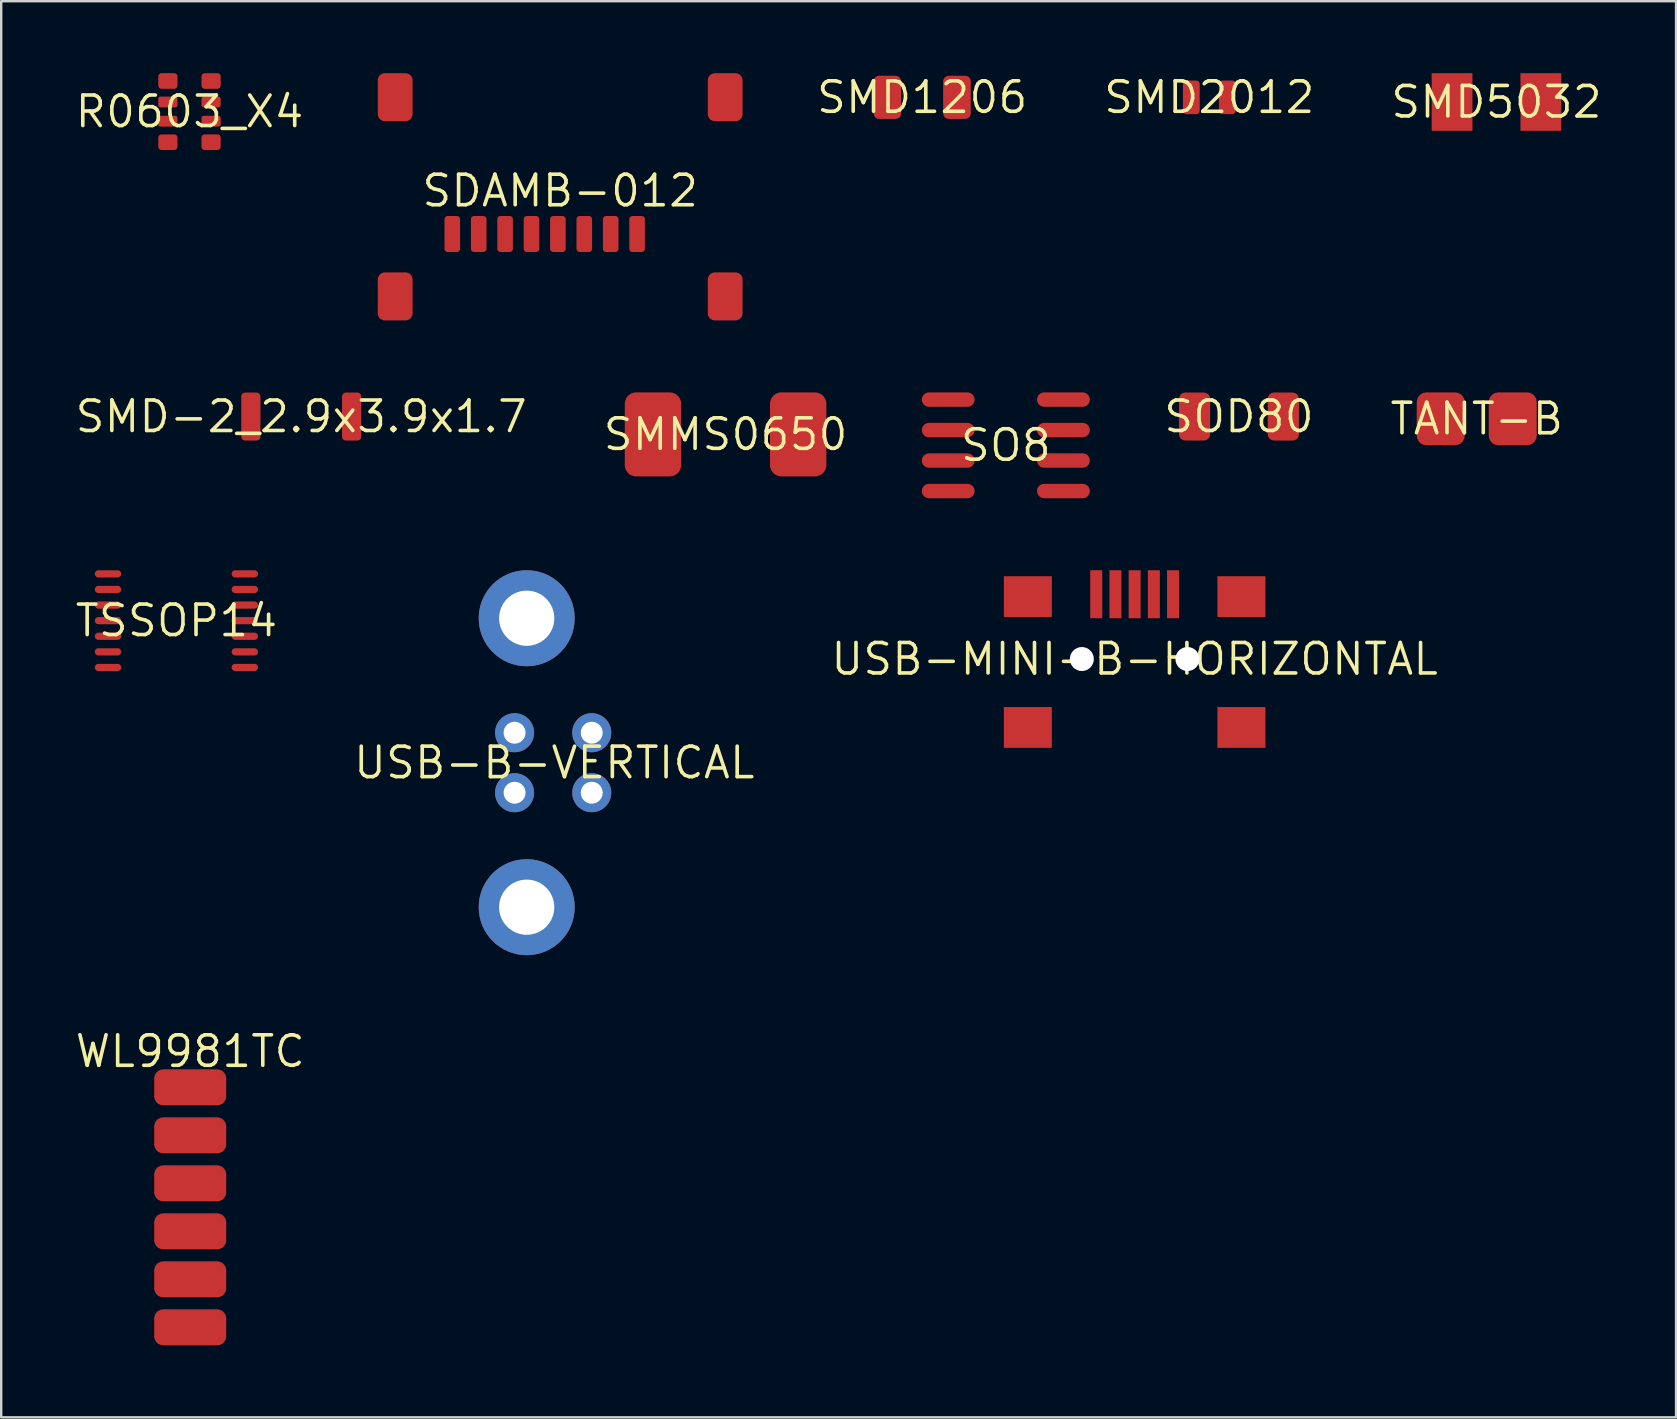
<source format=kicad_pcb>
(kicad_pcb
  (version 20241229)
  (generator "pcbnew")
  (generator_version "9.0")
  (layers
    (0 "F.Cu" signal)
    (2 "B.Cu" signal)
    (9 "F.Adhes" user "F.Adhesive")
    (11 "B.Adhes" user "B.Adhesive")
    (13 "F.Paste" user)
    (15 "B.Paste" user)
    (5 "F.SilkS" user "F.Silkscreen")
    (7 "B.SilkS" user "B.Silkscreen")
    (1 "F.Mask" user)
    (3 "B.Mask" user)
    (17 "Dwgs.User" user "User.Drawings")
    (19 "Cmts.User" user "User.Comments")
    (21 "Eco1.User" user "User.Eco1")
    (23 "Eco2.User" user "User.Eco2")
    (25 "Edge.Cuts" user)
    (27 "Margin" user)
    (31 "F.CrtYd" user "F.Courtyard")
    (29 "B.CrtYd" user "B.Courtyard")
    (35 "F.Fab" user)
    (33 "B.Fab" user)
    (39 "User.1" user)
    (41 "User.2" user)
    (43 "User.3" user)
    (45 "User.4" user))
  (footprint "SMD5032"
    (layer "F.Cu")
    (at 59.303 1.2)
    (property "Reference" "SMD5032" (at 0 0 0) (layer "F.SilkS") (effects (font (size 1.27 1.27) (thickness 0.15))))
    (attr through_hole)
    (pad "1" smd rect (at -1.85 -0.000025) (size 1.7 2.4) (layers "F.Cu" "F.Mask"))
    (pad "2" smd rect (at 1.85 -0.000025) (size 1.7 2.4) (layers "F.Cu" "F.Mask")))
  (footprint "SMD2012"
    (layer "F.Cu")
    (at 47.338 1.006)
    (property "Reference" "SMD2012" (at 0 0 0) (layer "F.SilkS") (effects (font (size 1.27 1.27) (thickness 0.15))))
    (attr through_hole)
    (pad "1" smd roundrect (at -0.75 0) (size 0.7 1.4) (layers "F.Cu" "F.Mask") (roundrect_rratio 0.2))
    (pad "2" smd roundrect (at 0.75 0) (size 0.7 1.4) (layers "F.Cu" "F.Mask") (roundrect_rratio 0.2)))
  (footprint "WL9981TC"
    (layer "F.Cu")
    (at 4.876 40.756)
    (property "Reference" "WL9981TC" (at 0 0 0) (layer "F.SilkS") (effects (font (size 1.27 1.27) (thickness 0.15))))
    (attr through_hole)
    (pad "1" smd roundrect (at 0 1.5) (size 3 1.5) (layers "F.Cu" "F.Mask" "F.Paste") (roundrect_rratio 0.25))
    (pad "2" smd roundrect (at 0 3.5) (size 3 1.5) (layers "F.Cu" "F.Mask" "F.Paste") (roundrect_rratio 0.25))
    (pad "3" smd roundrect (at 0 5.5) (size 3 1.5) (layers "F.Cu" "F.Mask" "F.Paste") (roundrect_rratio 0.25))
    (pad "4" smd roundrect (at 0 7.5) (size 3 1.5) (layers "F.Cu" "F.Mask" "F.Paste") (roundrect_rratio 0.25))
    (pad "5" smd roundrect (at 0 9.5) (size 3 1.5) (layers "F.Cu" "F.Mask" "F.Paste") (roundrect_rratio 0.25))
    (pad "6" smd roundrect (at 0 11.5) (size 3 1.5) (layers "F.Cu" "F.Mask" "F.Paste") (roundrect_rratio 0.25)))
  (footprint "SMD-2_2.9x3.9x1.7"
    (layer "F.Cu")
    (at 9.502 14.306)
    (property "Reference" "SMD-2_2.9x3.9x1.7" (at 0 0 0) (layer "F.SilkS") (effects (font (size 1.27 1.27) (thickness 0.15))))
    (attr through_hole)
    (pad "1" smd roundrect (at -2.1 0) (size 0.8 2) (layers "F.Cu" "F.Mask") (roundrect_rratio 0.2))
    (pad "2" smd roundrect (at 2.1 0) (size 0.8 2) (layers "F.Cu" "F.Mask") (roundrect_rratio 0.2)))
  (footprint "SMD1206"
    (layer "F.Cu")
    (at 35.373 1.006)
    (property "Reference" "SMD1206" (at 0 0 0) (layer "F.SilkS") (effects (font (size 1.27 1.27) (thickness 0.15))))
    (attr through_hole)
    (pad "1" smd roundrect (at -1.45 0 90) (size 1.8 1.15) (layers "F.Cu" "F.Mask") (roundrect_rratio 0.2))
    (pad "2" smd roundrect (at 1.45 0 90) (size 1.8 1.15) (layers "F.Cu" "F.Mask") (roundrect_rratio 0.2)))
  (footprint "USB-MINI-B-HORIZONTAL"
    (layer "F.Cu")
    (at 44.227 24.41)
    (property "Reference" "USB-MINI-B-HORIZONTAL" (at 0 0 0) (layer "F.SilkS") (effects (font (size 1.27 1.27) (thickness 0.15))))
    (attr through_hole)
    (pad "" np_thru_hole circle (at -2.2 0) (size 1 1) (drill 1) (layers "*.Cu" "*.Mask"))
    (pad "" np_thru_hole circle (at 2.2 0) (size 1 1) (drill 1) (layers "*.Cu" "*.Mask"))
    (pad "1" smd rect (at -1.6 -2.7) (size 0.5 2) (layers "F.Cu" "F.Mask" "F.Paste"))
    (pad "2" smd rect (at -0.8 -2.7) (size 0.5 2) (layers "F.Cu" "F.Mask" "F.Paste"))
    (pad "3" smd rect (at 0 -2.7) (size 0.5 2) (layers "F.Cu" "F.Mask" "F.Paste"))
    (pad "4" smd rect (at 0.8 -2.7) (size 0.5 2) (layers "F.Cu" "F.Mask" "F.Paste"))
    (pad "5" smd rect (at 1.6 -2.7) (size 0.5 2) (layers "F.Cu" "F.Mask" "F.Paste"))
    (pad "6" smd rect (at -4.45 -2.6) (size 2 1.7) (layers "F.Cu" "F.Mask" "F.Paste"))
    (pad "6" smd rect (at -4.45 2.85) (size 2 1.7) (layers "F.Cu" "F.Mask" "F.Paste"))
    (pad "6" smd rect (at 4.45 -2.6) (size 2 1.7) (layers "F.Cu" "F.Mask" "F.Paste"))
    (pad "6" smd rect (at 4.45 2.85) (size 2 1.7) (layers "F.Cu" "F.Mask" "F.Paste")))
  (footprint "TSSOP14"
    (layer "F.Cu")
    (at 4.301 22.81)
    (property "Reference" "TSSOP14" (at 0 0 0) (layer "F.SilkS") (effects (font (size 1.27 1.27) (thickness 0.15))))
    (attr through_hole)
    (pad "1" smd oval (at -2.85 -1.95 90) (size 0.3 1.1) (layers "F.Cu" "F.Mask"))
    (pad "2" smd oval (at -2.85 -1.3 90) (size 0.3 1.1) (layers "F.Cu" "F.Mask"))
    (pad "3" smd oval (at -2.85 -0.65 90) (size 0.3 1.1) (layers "F.Cu" "F.Mask"))
    (pad "4" smd oval (at -2.85 0 90) (size 0.3 1.1) (layers "F.Cu" "F.Mask"))
    (pad "5" smd oval (at -2.85 0.65 90) (size 0.3 1.1) (layers "F.Cu" "F.Mask"))
    (pad "6" smd oval (at -2.85 1.3 90) (size 0.3 1.1) (layers "F.Cu" "F.Mask"))
    (pad "7" smd oval (at -2.85 1.95 90) (size 0.3 1.1) (layers "F.Cu" "F.Mask"))
    (pad "8" smd oval (at 2.85 1.95 90) (size 0.3 1.1) (layers "F.Cu" "F.Mask"))
    (pad "9" smd oval (at 2.85 1.3 90) (size 0.3 1.1) (layers "F.Cu" "F.Mask"))
    (pad "10" smd oval (at 2.85 0.65 90) (size 0.3 1.1) (layers "F.Cu" "F.Mask"))
    (pad "11" smd oval (at 2.85 0 90) (size 0.3 1.1) (layers "F.Cu" "F.Mask"))
    (pad "12" smd oval (at 2.85 -0.65 90) (size 0.3 1.1) (layers "F.Cu" "F.Mask"))
    (pad "13" smd oval (at 2.85 -1.3 90) (size 0.3 1.1) (layers "F.Cu" "F.Mask"))
    (pad "14" smd oval (at 2.85 -1.95 90) (size 0.3 1.1) (layers "F.Cu" "F.Mask")))
  (footprint "SMMS0650"
    (layer "F.Cu")
    (at 27.182 15.05)
    (property "Reference" "SMMS0650" (at 0 0 0) (layer "F.SilkS") (effects (font (size 1.27 1.27) (thickness 0.15))))
    (attr through_hole)
    (pad "1" smd roundrect (at -3.025 0) (size 2.35 3.5) (layers "F.Cu" "F.Mask") (roundrect_rratio 0.2))
    (pad "2" smd roundrect (at 3.025 0) (size 2.35 3.5) (layers "F.Cu" "F.Mask") (roundrect_rratio 0.2)))
  (footprint "TANT-B"
    (layer "F.Cu")
    (at 58.481 14.4)
    (property "Reference" "TANT-B" (at 0 0 0) (layer "F.SilkS") (effects (font (size 1.27 1.27) (thickness 0.15))))
    (attr through_hole)
    (pad "1" smd roundrect (at -1.5 0) (size 2 2.2) (layers "F.Cu" "F.Mask") (roundrect_rratio 0.2))
    (pad "2" smd roundrect (at 1.5 0) (size 2 2.2) (layers "F.Cu" "F.Mask") (roundrect_rratio 0.2)))
  (footprint "SDAMB-012"
    (layer "F.Cu")
    (at 20.291 4.9)
    (property "Reference" "SDAMB-012" (at 0 0 0) (layer "F.SilkS") (effects (font (size 1.27 1.27) (thickness 0.15))))
    (attr through_hole)
    (pad "1" smd roundrect (at 3.205 1.8 90) (size 1.5 0.65) (layers "F.Cu" "F.Mask") (roundrect_rratio 0.2))
    (pad "2" smd roundrect (at 2.105 1.8 90) (size 1.5 0.65) (layers "F.Cu" "F.Mask") (roundrect_rratio 0.2))
    (pad "3" smd roundrect (at 1.005 1.8 90) (size 1.5 0.65) (layers "F.Cu" "F.Mask") (roundrect_rratio 0.2))
    (pad "4" smd roundrect (at -0.095 1.8 90) (size 1.5 0.65) (layers "F.Cu" "F.Mask") (roundrect_rratio 0.2))
    (pad "5" smd roundrect (at -1.195 1.8 90) (size 1.5 0.65) (layers "F.Cu" "F.Mask") (roundrect_rratio 0.2))
    (pad "6" smd roundrect (at -2.295 1.8 90) (size 1.5 0.65) (layers "F.Cu" "F.Mask") (roundrect_rratio 0.2))
    (pad "7" smd roundrect (at -3.395 1.8 90) (size 1.5 0.65) (layers "F.Cu" "F.Mask") (roundrect_rratio 0.2))
    (pad "8" smd roundrect (at -4.495 1.8 90) (size 1.5 0.65) (layers "F.Cu" "F.Mask") (roundrect_rratio 0.2))
    (pad "9" smd roundrect (at -6.875 4.4 90) (size 2 1.45) (layers "F.Cu" "F.Mask") (roundrect_rratio 0.2))
    (pad "10" smd roundrect (at -6.875 -3.9 90) (size 2 1.45) (layers "F.Cu" "F.Mask") (roundrect_rratio 0.2))
    (pad "11" smd roundrect (at 6.875 4.4 90) (size 2 1.45) (layers "F.Cu" "F.Mask") (roundrect_rratio 0.2))
    (pad "12" smd roundrect (at 6.875 -3.9 90) (size 2 1.45) (layers "F.Cu" "F.Mask") (roundrect_rratio 0.2)))
  (footprint "USB-B-VERTICAL"
    (layer "F.Cu")
    (at 20.046 28.73)
    (property "Reference" "USB-B-VERTICAL" (at 0 0 0) (layer "F.SilkS") (effects (font (size 1.27 1.27) (thickness 0.15))))
    (attr through_hole)
    (pad "1" thru_hole oval (at 1.56 1.25) (size 1.626 1.626) (drill 0.914) (layers "F.Cu" "F.Mask"))
    (pad "2" thru_hole oval (at 1.56 -1.25) (size 1.626 1.626) (drill 0.914) (layers "F.Cu" "F.Mask"))
    (pad "3" thru_hole oval (at -1.655 -1.25) (size 1.626 1.626) (drill 0.914) (layers "F.Cu" "F.Mask"))
    (pad "4" thru_hole oval (at -1.655 1.25) (size 1.626 1.626) (drill 0.914) (layers "F.Cu" "F.Mask"))
    (pad "5" thru_hole oval (at -1.15 -6.02) (size 4 4) (drill 2.3) (layers "F.Cu" "F.Mask"))
    (pad "6" thru_hole oval (at -1.15 6.02) (size 4 4) (drill 2.3) (layers "F.Cu" "F.Mask")))
  (footprint "SOD80"
    (layer "F.Cu")
    (at 48.573 14.306)
    (property "Reference" "SOD80" (at 0 0 0) (layer "F.SilkS") (effects (font (size 1.27 1.27) (thickness 0.15))))
    (attr through_hole)
    (pad "1" smd roundrect (at -1.85 0 180) (size 1.3 2) (layers "F.Cu" "F.Mask") (roundrect_rratio 0.2))
    (pad "2" smd roundrect (at 1.85 0 180) (size 1.3 2) (layers "F.Cu" "F.Mask") (roundrect_rratio 0.2)))
  (footprint "R0603_X4"
    (layer "F.Cu")
    (at 4.845 1.6)
    (property "Reference" "R0603_X4" (at 0 0 0) (layer "F.SilkS") (effects (font (size 1.27 1.27) (thickness 0.15))))
    (attr through_hole)
    (pad "1" smd roundrect (at -0.9 -1.275 270) (size 0.65 0.8) (layers "F.Cu" "F.Mask") (roundrect_rratio 0.2))
    (pad "2" smd roundrect (at -0.9 -0.4 270) (size 0.45 0.8) (layers "F.Cu" "F.Mask") (roundrect_rratio 0.2))
    (pad "3" smd roundrect (at -0.9 0.4 270) (size 0.45 0.8) (layers "F.Cu" "F.Mask") (roundrect_rratio 0.2))
    (pad "4" smd roundrect (at -0.9 1.275 270) (size 0.65 0.8) (layers "F.Cu" "F.Mask") (roundrect_rratio 0.2))
    (pad "5" smd roundrect (at 0.9 1.275 270) (size 0.65 0.8) (layers "F.Cu" "F.Mask") (roundrect_rratio 0.2))
    (pad "6" smd roundrect (at 0.9 0.4 270) (size 0.45 0.8) (layers "F.Cu" "F.Mask") (roundrect_rratio 0.2))
    (pad "7" smd roundrect (at 0.9 -0.4 270) (size 0.45 0.8) (layers "F.Cu" "F.Mask") (roundrect_rratio 0.2))
    (pad "8" smd roundrect (at 0.9 -1.275 270) (size 0.65 0.8) (layers "F.Cu" "F.Mask") (roundrect_rratio 0.2)))
  (footprint "SO8"
    (layer "F.Cu")
    (at 38.86 15.505)
    (property "Reference" "SO8" (at 0 0 0) (layer "F.SilkS") (effects (font (size 1.27 1.27) (thickness 0.15))))
    (attr through_hole)
    (pad "1" smd oval (at -2.4 -1.905 90) (size 0.6 2.2) (layers "F.Cu" "F.Mask"))
    (pad "2" smd oval (at -2.4 -0.635 90) (size 0.6 2.2) (layers "F.Cu" "F.Mask"))
    (pad "3" smd oval (at -2.4 0.635 90) (size 0.6 2.2) (layers "F.Cu" "F.Mask"))
    (pad "4" smd oval (at -2.4 1.905 90) (size 0.6 2.2) (layers "F.Cu" "F.Mask"))
    (pad "5" smd oval (at 2.4 1.905 90) (size 0.6 2.2) (layers "F.Cu" "F.Mask"))
    (pad "6" smd oval (at 2.4 0.635 90) (size 0.6 2.2) (layers "F.Cu" "F.Mask"))
    (pad "7" smd oval (at 2.4 -0.635 90) (size 0.6 2.2) (layers "F.Cu" "F.Mask"))
    (pad "8" smd oval (at 2.4 -1.905 90) (size 0.6 2.2) (layers "F.Cu" "F.Mask")))
  (gr_rect
    (start -3 -3)
    (end 66.786 56.006)
    (stroke (width 0.1) (type default))
    (fill no)
    (layer "Edge.Cuts")))
</source>
